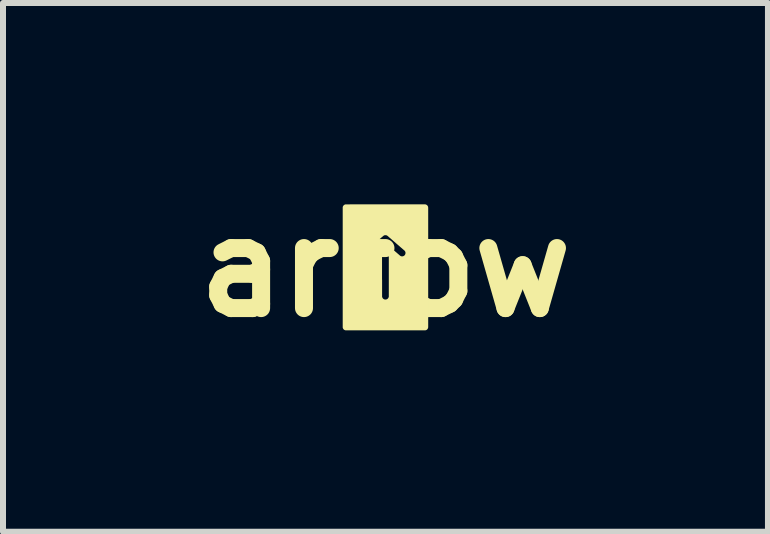
<source format=kicad_pcb>
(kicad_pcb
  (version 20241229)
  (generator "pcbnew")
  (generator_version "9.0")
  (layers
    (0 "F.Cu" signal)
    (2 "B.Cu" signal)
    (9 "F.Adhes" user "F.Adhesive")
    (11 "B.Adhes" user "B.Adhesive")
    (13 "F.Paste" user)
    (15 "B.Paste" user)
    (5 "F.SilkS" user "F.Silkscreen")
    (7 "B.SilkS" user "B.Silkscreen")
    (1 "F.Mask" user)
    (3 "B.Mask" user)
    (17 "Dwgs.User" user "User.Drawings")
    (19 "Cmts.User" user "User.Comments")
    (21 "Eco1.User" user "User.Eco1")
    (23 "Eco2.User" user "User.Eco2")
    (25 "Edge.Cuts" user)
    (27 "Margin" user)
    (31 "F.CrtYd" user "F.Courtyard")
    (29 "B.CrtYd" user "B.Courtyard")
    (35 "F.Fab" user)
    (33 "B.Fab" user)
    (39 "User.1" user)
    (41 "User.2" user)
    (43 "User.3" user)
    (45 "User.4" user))
  (footprint "arrow"
    (layer "F.Cu")
    (at 3.371 1.404)
    (property "Reference" "arrow" (at 0 0 0) (layer "F.SilkS") (effects (font (size 1.5 1.5) (thickness 0.3))))
    (attr board_only exclude_from_pos_files exclude_from_bom)
    (fp_poly (pts (xy 0.669 -1.048) (xy 0.673 -1.047) (xy 0.678 -1.045) (xy 0.683 -1.043) (xy 0.686 -1.041) (xy 0.688 -1.04) (xy 0.694 -1.035) (xy 0.7 -1.029) (xy 0.704 -1.022) (xy 0.708 -1.015) (xy 0.711 -1.007) (xy 0.711 -1.005) (xy 0.711 -1.004) (xy 0.711 -1.004) (xy 0.711 -1.003) (xy 0.711 -1.003) (xy 0.711 -1.002) (xy 0.711 -1) (xy 0.711 -0.999) (xy 0.711 -0.997) (xy 0.712 -0.995) (xy 0.712 -0.993) (xy 0.712 -0.99) (xy 0.712 -0.988) (xy 0.712 -0.984) (xy 0.712 -0.981) (xy 0.712 -0.977) (xy 0.712 -0.972) (xy 0.712 -0.967) (xy 0.712 -0.962) (xy 0.712 -0.957) (xy 0.712 -0.95) (xy 0.712 -0.944) (xy 0.712 -0.936) (xy 0.712 -0.929) (xy 0.712 -0.921) (xy 0.712 -0.912) (xy 0.712 -0.902) (xy 0.712 -0.892) (xy 0.712 -0.882) (xy 0.712 -0.871) (xy 0.712 -0.859) (xy 0.712 -0.846) (xy 0.712 -0.833) (xy 0.712 -0.819) (xy 0.712 -0.804) (xy 0.712 -0.789) (xy 0.712 -0.773) (xy 0.712 -0.756) (xy 0.712 -0.738) (xy 0.712 -0.719) (xy 0.712 -0.7) (xy 0.712 -0.68) (xy 0.712 -0.658) (xy 0.712 -0.636) (xy 0.712 -0.614) (xy 0.712 -0.59) (xy 0.712 -0.565) (xy 0.712 -0.539) (xy 0.712 -0.512) (xy 0.712 -0.485) (xy 0.712 -0.456) (xy 0.712 -0.426) (xy 0.712 -0.395) (xy 0.712 -0.364) (xy 0.712 -0.331) (xy 0.712 -0.297) (xy 0.712 -0.261) (xy 0.712 -0.225) (xy 0.712 -0.187) (xy 0.712 -0.149) (xy 0.712 -0.109) (xy 0.712 -0.068) (xy 0.712 -0.026) (xy 0.712 -0.000068) (xy 0.712 0.043) (xy 0.712 0.085) (xy 0.712 0.126) (xy 0.712 0.166) (xy 0.712 0.204) (xy 0.712 0.242) (xy 0.712 0.278) (xy 0.712 0.313) (xy 0.712 0.347) (xy 0.712 0.379) (xy 0.712 0.411) (xy 0.712 0.442) (xy 0.712 0.471) (xy 0.712 0.5) (xy 0.712 0.527) (xy 0.712 0.554) (xy 0.712 0.579) (xy 0.712 0.604) (xy 0.712 0.628) (xy 0.712 0.65) (xy 0.712 0.672) (xy 0.712 0.693) (xy 0.712 0.713) (xy 0.712 0.733) (xy 0.712 0.751) (xy 0.712 0.768) (xy 0.712 0.785) (xy 0.712 0.801) (xy 0.712 0.816) (xy 0.712 0.831) (xy 0.712 0.845) (xy 0.712 0.858) (xy 0.712 0.87) (xy 0.712 0.882) (xy 0.712 0.893) (xy 0.712 0.903) (xy 0.712 0.913) (xy 0.712 0.922) (xy 0.712 0.93) (xy 0.712 0.938) (xy 0.712 0.946) (xy 0.712 0.952) (xy 0.712 0.959) (xy 0.712 0.965) (xy 0.712 0.97) (xy 0.712 0.975) (xy 0.712 0.979) (xy 0.712 0.983) (xy 0.712 0.987) (xy 0.712 0.99) (xy 0.712 0.993) (xy 0.712 0.995) (xy 0.712 0.997) (xy 0.711 0.999) (xy 0.711 1.001) (xy 0.711 1.002) (xy 0.711 1.003) (xy 0.711 1.003) (xy 0.711 1.004) (xy 0.711 1.004) (xy 0.709 1.012) (xy 0.705 1.02) (xy 0.701 1.027) (xy 0.696 1.033) (xy 0.69 1.038) (xy 0.683 1.043) (xy 0.675 1.046) (xy 0.667 1.048) (xy 0.666 1.049) (xy 0.666 1.049) (xy 0.665 1.049) (xy 0.664 1.049) (xy 0.662 1.049) (xy 0.661 1.049) (xy 0.659 1.049) (xy 0.656 1.049) (xy 0.653 1.049) (xy 0.65 1.049) (xy 0.646 1.049) (xy 0.642 1.049) (xy 0.638 1.049) (xy 0.633 1.049) (xy 0.627 1.049) (xy 0.621 1.049) (xy 0.614 1.049) (xy 0.607 1.049) (xy 0.599 1.049) (xy 0.591 1.049) (xy 0.582 1.049) (xy 0.572 1.049) (xy 0.561 1.049) (xy 0.55 1.049) (xy 0.538 1.049) (xy 0.525 1.049) (xy 0.512 1.049) (xy 0.498 1.049) (xy 0.483 1.049) (xy 0.467 1.049) (xy 0.45 1.049) (xy 0.432 1.049) (xy 0.414 1.049) (xy 0.394 1.049) (xy 0.374 1.049) (xy 0.352 1.049) (xy 0.33 1.049) (xy 0.307 1.049) (xy 0.282 1.049) (xy 0.257 1.049) (xy 0.23 1.049) (xy 0.202 1.049) (xy 0.174 1.049) (xy 0.144 1.049) (xy 0.113 1.049) (xy 0.08 1.049) (xy 0.047 1.049) (xy 0.012 1.049) (xy -0.001 1.049) (xy -0.036 1.049) (xy -0.069 1.049) (xy -0.102 1.049) (xy -0.133 1.049) (xy -0.164 1.049) (xy -0.193 1.049) (xy -0.221 1.049) (xy -0.248 1.049) (xy -0.273 1.049) (xy -0.298 1.049) (xy -0.322 1.049) (xy -0.345 1.049) (xy -0.366 1.049) (xy -0.387 1.049) (xy -0.407 1.049) (xy -0.426 1.049) (xy -0.443 1.049) (xy -0.46 1.049) (xy -0.477 1.049) (xy -0.492 1.049) (xy -0.506 1.049) (xy -0.52 1.049) (xy -0.533 1.049) (xy -0.545 1.049) (xy -0.557 1.049) (xy -0.567 1.049) (xy -0.577 1.049) (xy -0.587 1.049) (xy -0.596 1.049) (xy -0.604 1.049) (xy -0.611 1.049) (xy -0.618 1.049) (xy -0.624 1.049) (xy -0.63 1.049) (xy -0.635 1.049) (xy -0.64 1.049) (xy -0.645 1.049) (xy -0.648 1.049) (xy -0.652 1.049) (xy -0.655 1.049) (xy -0.658 1.049) (xy -0.66 1.049) (xy -0.662 1.049) (xy -0.664 1.049) (xy -0.665 1.049) (xy -0.666 1.049) (xy -0.667 1.048) (xy -0.667 1.048) (xy -0.668 1.048) (xy -0.668 1.048) (xy -0.675 1.046) (xy -0.683 1.043) (xy -0.69 1.038) (xy -0.696 1.033) (xy -0.701 1.027) (xy -0.703 1.025) (xy -0.705 1.021) (xy -0.707 1.017) (xy -0.709 1.012) (xy -0.711 1.007) (xy -0.711 1.006) (xy -0.712 1.001) (xy -0.712 -0.000315) (xy -0.712 -0.043) (xy -0.712 -0.085) (xy -0.712 -0.125) (xy -0.712 -0.165) (xy -0.712 -0.203) (xy -0.712 -0.24) (xy -0.712 -0.243) (xy -0.334 -0.243) (xy -0.334 -0.235) (xy -0.333 -0.227) (xy -0.331 -0.22) (xy -0.327 -0.213) (xy -0.323 -0.206) (xy -0.318 -0.2) (xy -0.316 -0.198) (xy -0.309 -0.193) (xy -0.302 -0.189) (xy -0.294 -0.186) (xy -0.292 -0.185) (xy -0.288 -0.184) (xy -0.283 -0.184) (xy -0.278 -0.183) (xy -0.273 -0.184) (xy -0.268 -0.184) (xy -0.266 -0.185) (xy -0.259 -0.187) (xy -0.253 -0.189) (xy -0.247 -0.192) (xy -0.246 -0.193) (xy -0.244 -0.195) (xy -0.242 -0.197) (xy -0.238 -0.2) (xy -0.234 -0.204) (xy -0.229 -0.208) (xy -0.223 -0.213) (xy -0.217 -0.218) (xy -0.21 -0.224) (xy -0.203 -0.23) (xy -0.195 -0.237) (xy -0.187 -0.244) (xy -0.179 -0.251) (xy -0.17 -0.259) (xy -0.161 -0.267) (xy -0.151 -0.275) (xy -0.15 -0.276) (xy -0.057 -0.357) (xy -0.057 0.066) (xy -0.057 0.094) (xy -0.057 0.12) (xy -0.057 0.145) (xy -0.057 0.169) (xy -0.057 0.192) (xy -0.056 0.214) (xy -0.056 0.235) (xy -0.056 0.254) (xy -0.056 0.273) (xy -0.056 0.291) (xy -0.056 0.307) (xy -0.056 0.323) (xy -0.056 0.338) (xy -0.056 0.352) (xy -0.056 0.365) (xy -0.056 0.377) (xy -0.056 0.388) (xy -0.056 0.399) (xy -0.056 0.409) (xy -0.056 0.418) (xy -0.056 0.426) (xy -0.056 0.434) (xy -0.056 0.441) (xy -0.056 0.448) (xy -0.056 0.453) (xy -0.056 0.459) (xy -0.056 0.464) (xy -0.056 0.468) (xy -0.056 0.472) (xy -0.056 0.475) (xy -0.056 0.478) (xy -0.056 0.481) (xy -0.056 0.483) (xy -0.056 0.485) (xy -0.056 0.487) (xy -0.056 0.488) (xy -0.056 0.489) (xy -0.055 0.49) (xy -0.055 0.491) (xy -0.055 0.492) (xy -0.055 0.492) (xy -0.055 0.492) (xy -0.055 0.493) (xy -0.052 0.501) (xy -0.048 0.509) (xy -0.044 0.516) (xy -0.038 0.522) (xy -0.031 0.527) (xy -0.024 0.531) (xy -0.016 0.534) (xy -0.012 0.535) (xy -0.008 0.536) (xy -0.004 0.536) (xy 0.000056 0.536) (xy 0.005 0.536) (xy 0.009 0.535) (xy 0.013 0.535) (xy 0.015 0.534) (xy 0.023 0.531) (xy 0.03 0.527) (xy 0.037 0.522) (xy 0.043 0.516) (xy 0.047 0.51) (xy 0.051 0.502) (xy 0.054 0.495) (xy 0.056 0.49) (xy 0.056 0.067) (xy 0.056 -0.357) (xy 0.149 -0.277) (xy 0.158 -0.269) (xy 0.167 -0.261) (xy 0.176 -0.253) (xy 0.185 -0.246) (xy 0.193 -0.239) (xy 0.2 -0.232) (xy 0.208 -0.226) (xy 0.214 -0.22) (xy 0.221 -0.215) (xy 0.226 -0.21) (xy 0.231 -0.206) (xy 0.235 -0.202) (xy 0.239 -0.199) (xy 0.241 -0.197) (xy 0.243 -0.195) (xy 0.244 -0.195) (xy 0.244 -0.195) (xy 0.247 -0.192) (xy 0.251 -0.19) (xy 0.255 -0.188) (xy 0.26 -0.186) (xy 0.261 -0.186) (xy 0.268 -0.184) (xy 0.276 -0.183) (xy 0.284 -0.184) (xy 0.292 -0.185) (xy 0.299 -0.188) (xy 0.306 -0.191) (xy 0.313 -0.196) (xy 0.319 -0.201) (xy 0.324 -0.207) (xy 0.328 -0.215) (xy 0.328 -0.215) (xy 0.331 -0.222) (xy 0.333 -0.23) (xy 0.334 -0.238) (xy 0.334 -0.246) (xy 0.332 -0.254) (xy 0.33 -0.261) (xy 0.326 -0.268) (xy 0.322 -0.275) (xy 0.32 -0.277) (xy 0.319 -0.277) (xy 0.318 -0.279) (xy 0.315 -0.281) (xy 0.312 -0.284) (xy 0.308 -0.288) (xy 0.303 -0.292) (xy 0.297 -0.297) (xy 0.291 -0.302) (xy 0.285 -0.308) (xy 0.277 -0.314) (xy 0.27 -0.321) (xy 0.261 -0.328) (xy 0.253 -0.335) (xy 0.244 -0.343) (xy 0.235 -0.351) (xy 0.225 -0.36) (xy 0.215 -0.368) (xy 0.205 -0.377) (xy 0.195 -0.385) (xy 0.185 -0.394) (xy 0.175 -0.403) (xy 0.165 -0.412) (xy 0.155 -0.421) (xy 0.145 -0.429) (xy 0.135 -0.438) (xy 0.125 -0.446) (xy 0.116 -0.455) (xy 0.106 -0.463) (xy 0.098 -0.47) (xy 0.089 -0.478) (xy 0.081 -0.485) (xy 0.073 -0.491) (xy 0.066 -0.497) (xy 0.06 -0.503) (xy 0.054 -0.508) (xy 0.048 -0.513) (xy 0.044 -0.517) (xy 0.04 -0.52) (xy 0.037 -0.523) (xy 0.034 -0.525) (xy 0.033 -0.526) (xy 0.033 -0.526) (xy 0.029 -0.528) (xy 0.025 -0.531) (xy 0.02 -0.533) (xy 0.015 -0.535) (xy 0.014 -0.535) (xy 0.012 -0.535) (xy 0.009 -0.536) (xy 0.007 -0.536) (xy 0.004 -0.536) (xy -0.000315 -0.536) (xy -0.004 -0.536) (xy -0.007 -0.536) (xy -0.009 -0.536) (xy -0.012 -0.536) (xy -0.014 -0.535) (xy -0.015 -0.535) (xy -0.023 -0.532) (xy -0.03 -0.528) (xy -0.034 -0.525) (xy -0.035 -0.524) (xy -0.037 -0.523) (xy -0.04 -0.52) (xy -0.043 -0.517) (xy -0.048 -0.513) (xy -0.053 -0.509) (xy -0.059 -0.504) (xy -0.065 -0.499) (xy -0.072 -0.493) (xy -0.079 -0.486) (xy -0.087 -0.48) (xy -0.095 -0.472) (xy -0.104 -0.465) (xy -0.113 -0.457) (xy -0.123 -0.449) (xy -0.132 -0.441) (xy -0.142 -0.432) (xy -0.152 -0.423) (xy -0.162 -0.415) (xy -0.172 -0.406) (xy -0.182 -0.397) (xy -0.192 -0.388) (xy -0.202 -0.38) (xy -0.212 -0.371) (xy -0.222 -0.362) (xy -0.232 -0.354) (xy -0.241 -0.346) (xy -0.25 -0.338) (xy -0.259 -0.331) (xy -0.267 -0.324) (xy -0.275 -0.317) (xy -0.282 -0.31) (xy -0.289 -0.304) (xy -0.295 -0.299) (xy -0.301 -0.294) (xy -0.306 -0.29) (xy -0.31 -0.286) (xy -0.313 -0.283) (xy -0.316 -0.281) (xy -0.318 -0.279) (xy -0.319 -0.278) (xy -0.319 -0.278) (xy -0.324 -0.272) (xy -0.328 -0.265) (xy -0.331 -0.258) (xy -0.333 -0.251) (xy -0.334 -0.243) (xy -0.712 -0.243) (xy -0.712 -0.275) (xy -0.712 -0.31) (xy -0.712 -0.343) (xy -0.712 -0.376) (xy -0.712 -0.407) (xy -0.712 -0.437) (xy -0.712 -0.467) (xy -0.712 -0.495) (xy -0.712 -0.522) (xy -0.712 -0.548) (xy -0.712 -0.574) (xy -0.712 -0.598) (xy -0.712 -0.621) (xy -0.712 -0.644) (xy -0.712 -0.665) (xy -0.712 -0.686) (xy -0.712 -0.706) (xy -0.712 -0.725) (xy -0.712 -0.743) (xy -0.712 -0.76) (xy -0.712 -0.777) (xy -0.712 -0.793) (xy -0.712 -0.808) (xy -0.712 -0.822) (xy -0.712 -0.836) (xy -0.712 -0.849) (xy -0.712 -0.861) (xy -0.712 -0.873) (xy -0.712 -0.884) (xy -0.712 -0.894) (xy -0.712 -0.904) (xy -0.712 -0.913) (xy -0.712 -0.921) (xy -0.712 -0.929) (xy -0.712 -0.937) (xy -0.712 -0.944) (xy -0.712 -0.95) (xy -0.712 -0.956) (xy -0.712 -0.962) (xy -0.712 -0.967) (xy -0.712 -0.972) (xy -0.712 -0.976) (xy -0.712 -0.98) (xy -0.712 -0.984) (xy -0.712 -0.987) (xy -0.712 -0.99) (xy -0.712 -0.992) (xy -0.712 -0.995) (xy -0.712 -0.997) (xy -0.712 -0.998) (xy -0.712 -1) (xy -0.712 -1.001) (xy -0.712 -1.002) (xy -0.712 -1.003) (xy -0.712 -1.004) (xy -0.712 -1.004) (xy -0.712 -1.005) (xy -0.711 -1.005) (xy -0.711 -1.005) (xy -0.711 -1.006) (xy -0.709 -1.014) (xy -0.705 -1.021) (xy -0.701 -1.028) (xy -0.696 -1.033) (xy -0.69 -1.039) (xy -0.683 -1.043) (xy -0.676 -1.046) (xy -0.668 -1.049) (xy -0.668 -1.049) (xy -0.668 -1.049) (xy -0.667 -1.049) (xy -0.667 -1.049) (xy -0.666 -1.049) (xy -0.665 -1.049) (xy -0.664 -1.049) (xy -0.662 -1.049) (xy -0.661 -1.049) (xy -0.659 -1.049) (xy -0.657 -1.049) (xy -0.654 -1.049) (xy -0.651 -1.049) (xy -0.648 -1.049) (xy -0.645 -1.049) (xy -0.641 -1.049) (xy -0.636 -1.049) (xy -0.631 -1.049) (xy -0.626 -1.049) (xy -0.62 -1.049) (xy -0.614 -1.049) (xy -0.607 -1.049) (xy -0.599 -1.049) (xy -0.591 -1.05) (xy -0.583 -1.05) (xy -0.573 -1.05) (xy -0.564 -1.05) (xy -0.553 -1.05) (xy -0.542 -1.05) (xy -0.53 -1.05) (xy -0.517 -1.05) (xy -0.503 -1.05) (xy -0.489 -1.05) (xy -0.474 -1.05) (xy -0.458 -1.05) (xy -0.441 -1.05) (xy -0.424 -1.05) (xy -0.405 -1.05) (xy -0.386 -1.05) (xy -0.365 -1.05) (xy -0.344 -1.05) (xy -0.321 -1.05) (xy -0.298 -1.05) (xy -0.274 -1.05) (xy -0.248 -1.05) (xy -0.222 -1.05) (xy -0.194 -1.05) (xy -0.165 -1.05) (xy -0.135 -1.05) (xy -0.104 -1.05) (xy -0.072 -1.05) (xy -0.038 -1.05) (xy -0.004 -1.05) (xy 0 -1.05) (xy 0.664 -1.05)) (stroke (width 0) (type solid)) (fill yes) (layer "F.SilkS")))
  (gr_rect
    (start -3 -3)
    (end 9.743 5.808)
    (stroke (width 0.1) (type default))
    (fill no)
    (layer "Edge.Cuts")))
</source>
